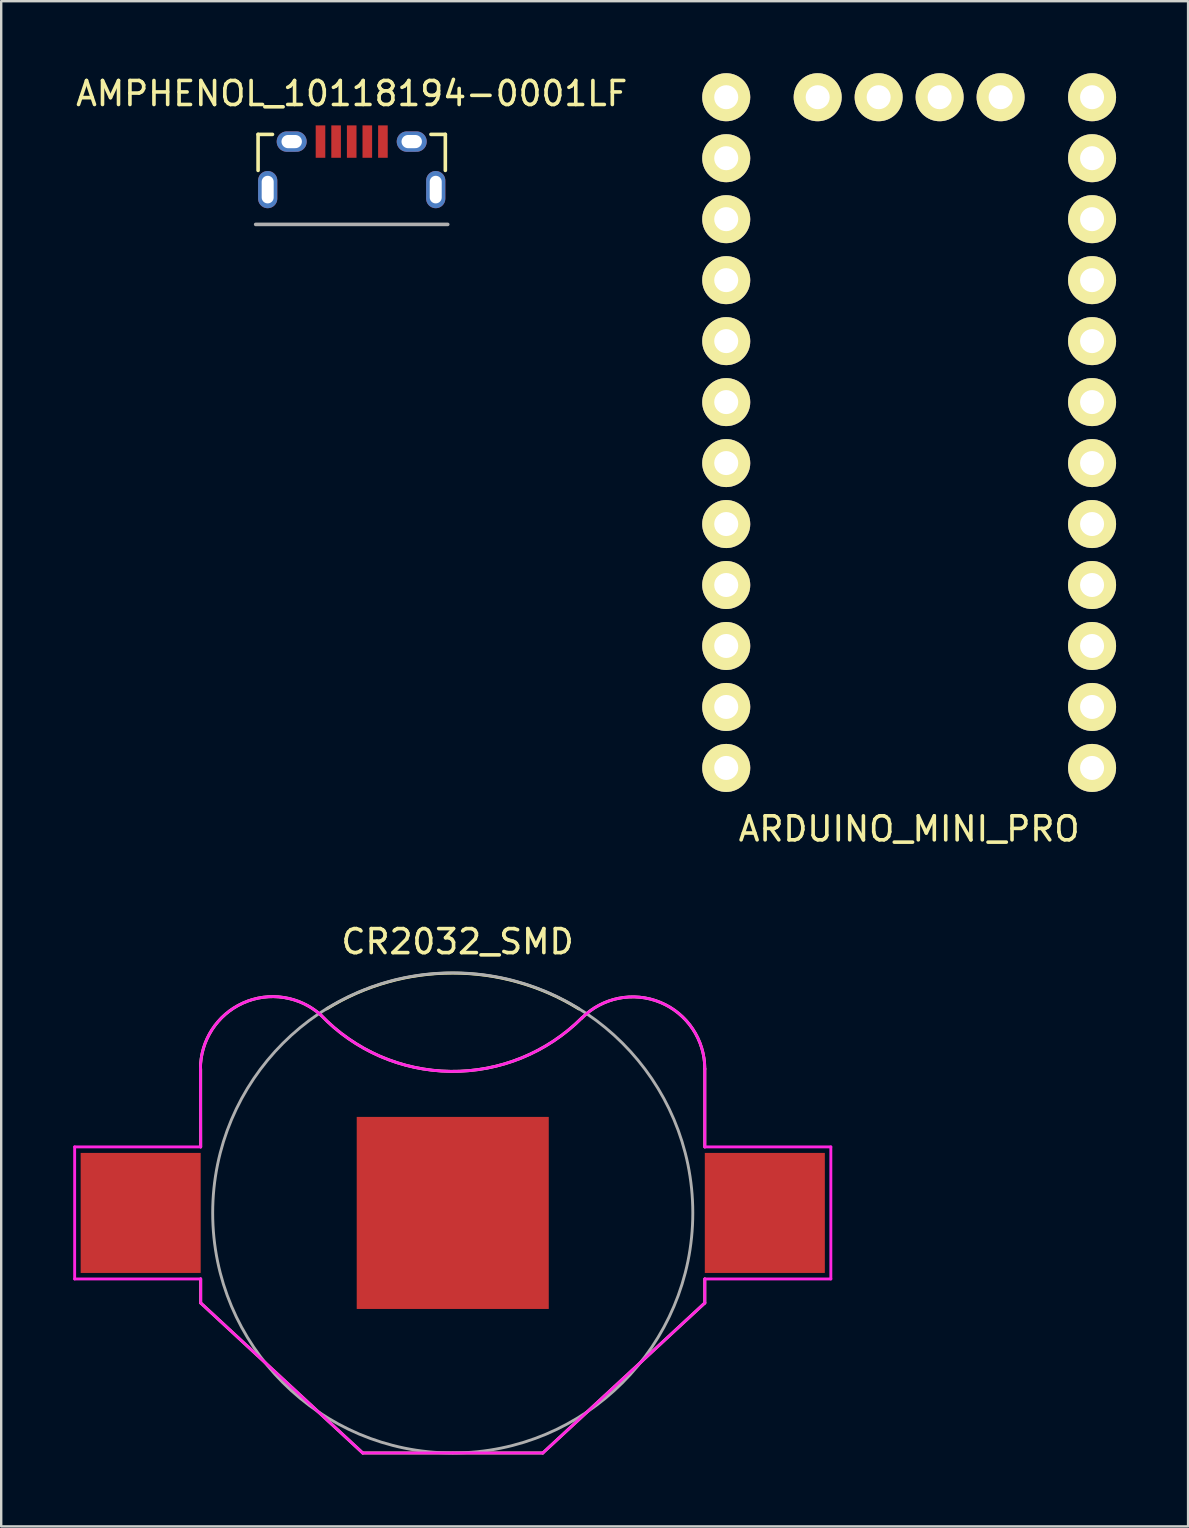
<source format=kicad_pcb>
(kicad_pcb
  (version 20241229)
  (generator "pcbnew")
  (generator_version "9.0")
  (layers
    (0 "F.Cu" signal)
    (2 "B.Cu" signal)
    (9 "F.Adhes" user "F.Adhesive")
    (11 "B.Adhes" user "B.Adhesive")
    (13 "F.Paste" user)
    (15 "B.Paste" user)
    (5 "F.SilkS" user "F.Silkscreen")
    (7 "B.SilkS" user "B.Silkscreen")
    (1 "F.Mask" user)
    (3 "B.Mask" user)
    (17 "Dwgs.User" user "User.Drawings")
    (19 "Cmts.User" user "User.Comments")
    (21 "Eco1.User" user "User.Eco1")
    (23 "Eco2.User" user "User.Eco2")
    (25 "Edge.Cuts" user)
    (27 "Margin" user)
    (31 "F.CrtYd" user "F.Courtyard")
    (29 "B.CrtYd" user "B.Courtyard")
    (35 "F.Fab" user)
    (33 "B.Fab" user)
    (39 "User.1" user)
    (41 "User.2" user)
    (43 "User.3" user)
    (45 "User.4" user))
  (footprint "AMPHENOL_10118194-0001LF"
    (layer "F.Cu")
    (at 11.601 4.848)
    (property "Reference" "AMPHENOL_10118194-0001LF" (at 0 -4 0) (layer "F.SilkS") (effects (font (size 1 1) (thickness 0.15))))
    (attr through_hole)
    (fp_line (start -3.9 -2.3) (end -3.3 -2.3) (stroke (width 0.15) (type solid)) (layer "F.SilkS"))
    (fp_line (start -3.9 -0.8) (end -3.9 -2.3) (stroke (width 0.15) (type solid)) (layer "F.SilkS"))
    (fp_line (start 3.9 -2.3) (end 3.3 -2.3) (stroke (width 0.15) (type solid)) (layer "F.SilkS"))
    (fp_line (start 3.9 -0.8) (end 3.9 -2.3) (stroke (width 0.15) (type solid)) (layer "F.SilkS"))
    (fp_line (start 4 1.45) (end -4 1.45) (stroke (width 0.15) (type solid)) (layer "F.Fab"))
    (pad "1" smd rect (at -1.3 -2) (size 0.4 1.35) (layers "F.Cu" "F.Mask" "F.Paste"))
    (pad "2" smd rect (at -0.65 -2) (size 0.4 1.35) (layers "F.Cu" "F.Mask" "F.Paste"))
    (pad "3" smd rect (at 0 -2) (size 0.4 1.35) (layers "F.Cu" "F.Mask" "F.Paste"))
    (pad "4" smd rect (at 0.65 -2) (size 0.4 1.35) (layers "F.Cu" "F.Mask" "F.Paste"))
    (pad "5" smd rect (at 1.3 -2) (size 0.4 1.35) (layers "F.Cu" "F.Mask" "F.Paste"))
    (pad "6" thru_hole oval (at -3.5 0) (size 0.8 1.55) (drill oval 0.5 1.15) (layers "*.Cu" "*.Mask"))
    (pad "6" thru_hole oval (at -2.5 -2) (size 1.25 0.85) (drill oval 0.85 0.55) (layers "*.Cu" "*.Mask"))
    (pad "6" thru_hole oval (at 2.5 -2) (size 1.25 0.85) (drill oval 0.85 0.55) (layers "*.Cu" "*.Mask"))
    (pad "6" thru_hole oval (at 3.5 0) (size 0.8 1.55) (drill oval 0.5 1.15) (layers "*.Cu" "*.Mask")))
  (footprint "ARDUINO_MINI_PRO"
    (layer "F.Cu")
    (at 34.822 11.16)
    (property "Reference" "ARDUINO_MINI_PRO" (at 0 20.32 0) (layer "F.SilkS") (effects (font (size 1 1) (thickness 0.15))))
    (attr through_hole)
    (pad "1" thru_hole circle (at -7.62 17.78) (size 2 2) (drill 1) (layers "*.Cu" "*.Mask" "F.SilkS"))
    (pad "2" thru_hole circle (at -7.62 15.24) (size 2 2) (drill 1) (layers "*.Cu" "*.Mask" "F.SilkS"))
    (pad "3" thru_hole circle (at -7.62 12.7) (size 2 2) (drill 1) (layers "*.Cu" "*.Mask" "F.SilkS"))
    (pad "4" thru_hole circle (at -7.62 10.16) (size 2 2) (drill 1) (layers "*.Cu" "*.Mask" "F.SilkS"))
    (pad "5" thru_hole circle (at -7.62 7.62) (size 2 2) (drill 1) (layers "*.Cu" "*.Mask" "F.SilkS"))
    (pad "6" thru_hole circle (at -7.62 5.08) (size 2 2) (drill 1) (layers "*.Cu" "*.Mask" "F.SilkS"))
    (pad "7" thru_hole circle (at -7.62 2.54) (size 2 2) (drill 1) (layers "*.Cu" "*.Mask" "F.SilkS"))
    (pad "8" thru_hole circle (at -7.62 0) (size 2 2) (drill 1) (layers "*.Cu" "*.Mask" "F.SilkS"))
    (pad "9" thru_hole circle (at -7.62 -2.54) (size 2 2) (drill 1) (layers "*.Cu" "*.Mask" "F.SilkS"))
    (pad "10" thru_hole circle (at -7.62 -5.08) (size 2 2) (drill 1) (layers "*.Cu" "*.Mask" "F.SilkS"))
    (pad "11" thru_hole circle (at -7.62 -7.62) (size 2 2) (drill 1) (layers "*.Cu" "*.Mask" "F.SilkS"))
    (pad "12" thru_hole circle (at -7.62 -10.16) (size 2 2) (drill 1) (layers "*.Cu" "*.Mask" "F.SilkS"))
    (pad "13" thru_hole circle (at -3.81 -10.16) (size 2 2) (drill 1) (layers "*.Cu" "*.Mask" "F.SilkS"))
    (pad "14" thru_hole circle (at -1.27 -10.16) (size 2 2) (drill 1) (layers "*.Cu" "*.Mask" "F.SilkS"))
    (pad "15" thru_hole circle (at 1.27 -10.16) (size 2 2) (drill 1) (layers "*.Cu" "*.Mask" "F.SilkS"))
    (pad "16" thru_hole circle (at 3.81 -10.16) (size 2 2) (drill 1) (layers "*.Cu" "*.Mask" "F.SilkS"))
    (pad "17" thru_hole circle (at 7.62 -10.16) (size 2 2) (drill 1) (layers "*.Cu" "*.Mask" "F.SilkS"))
    (pad "18" thru_hole circle (at 7.62 -7.62) (size 2 2) (drill 1) (layers "*.Cu" "*.Mask" "F.SilkS"))
    (pad "19" thru_hole circle (at 7.62 -5.08) (size 2 2) (drill 1) (layers "*.Cu" "*.Mask" "F.SilkS"))
    (pad "20" thru_hole circle (at 7.62 -2.54) (size 2 2) (drill 1) (layers "*.Cu" "*.Mask" "F.SilkS"))
    (pad "21" thru_hole circle (at 7.62 0) (size 2 2) (drill 1) (layers "*.Cu" "*.Mask" "F.SilkS"))
    (pad "22" thru_hole circle (at 7.62 2.54) (size 2 2) (drill 1) (layers "*.Cu" "*.Mask" "F.SilkS"))
    (pad "23" thru_hole circle (at 7.62 5.08) (size 2 2) (drill 1) (layers "*.Cu" "*.Mask" "F.SilkS"))
    (pad "24" thru_hole circle (at 7.62 7.62) (size 2 2) (drill 1) (layers "*.Cu" "*.Mask" "F.SilkS"))
    (pad "25" thru_hole circle (at 7.62 10.16) (size 2 2) (drill 1) (layers "*.Cu" "*.Mask" "F.SilkS"))
    (pad "26" thru_hole circle (at 7.62 12.7) (size 2 2) (drill 1) (layers "*.Cu" "*.Mask" "F.SilkS"))
    (pad "27" thru_hole circle (at 7.62 15.24) (size 2 2) (drill 1) (layers "*.Cu" "*.Mask" "F.SilkS"))
    (pad "28" thru_hole circle (at 7.62 17.78) (size 2 2) (drill 1) (layers "*.Cu" "*.Mask" "F.SilkS")))
  (footprint "CR2032_SMD"
    (layer "F.Cu")
    (at 15.81 47.477)
    (property "Reference" "CR2032_SMD" (at 0.2 -11.3 0) (layer "F.SilkS") (effects (font (size 1 1) (thickness 0.15))))
    (attr through_hole)
    (fp_line (start -10.5 -2.75) (end -10.5 -6) (stroke (width 0.12) (type solid)) (layer "F.SilkS"))
    (fp_line (start -10.5 3.75) (end -10.5 2.75) (stroke (width 0.12) (type solid)) (layer "F.SilkS"))
    (fp_line (start -3.75 10) (end -10.5 3.75) (stroke (width 0.12) (type solid)) (layer "F.SilkS"))
    (fp_line (start 3.75 10) (end -3.75 10) (stroke (width 0.12) (type solid)) (layer "F.SilkS"))
    (fp_line (start 10.5 -2.75) (end 10.5 -6) (stroke (width 0.12) (type solid)) (layer "F.SilkS"))
    (fp_line (start 10.5 2.75) (end 10.5 3.75) (stroke (width 0.12) (type solid)) (layer "F.SilkS"))
    (fp_line (start 10.5 3.75) (end 3.75 10) (stroke (width 0.12) (type solid)) (layer "F.SilkS"))
    (fp_arc (start -10.510397 -6) (mid -8.733227 -8.746205) (end -5.500001 -8.249999) (stroke (width 0.12) (type solid)) (layer "F.SilkS"))
    (fp_arc (start -5.25 -8.499999) (mid 0 -9.99062) (end 5.249999 -8.499999) (stroke (width 0.12) (type solid)) (layer "F.SilkS"))
    (fp_arc (start 5.376453 -8.123547) (mid -0.088394 -5.897061) (end -5.5 -8.25) (stroke (width 0.12) (type solid)) (layer "F.SilkS"))
    (fp_arc (start 5.37868 -8.12132) (mid 8.64805 -8.771638) (end 10.5 -6) (stroke (width 0.12) (type solid)) (layer "F.SilkS"))
    (fp_line (start -15.75 -2.75) (end -10.5 -2.75) (stroke (width 0.12) (type solid)) (layer "F.CrtYd"))
    (fp_line (start -15.75 2.75) (end -15.75 -2.75) (stroke (width 0.12) (type solid)) (layer "F.CrtYd"))
    (fp_line (start -10.5 -2.75) (end -10.51 -6) (stroke (width 0.12) (type solid)) (layer "F.CrtYd"))
    (fp_line (start -10.5 2.75) (end -15.75 2.75) (stroke (width 0.12) (type solid)) (layer "F.CrtYd"))
    (fp_line (start -10.5 3.75) (end -10.5 2.75) (stroke (width 0.12) (type solid)) (layer "F.CrtYd"))
    (fp_line (start -10.5 3.75) (end -3.75 10) (stroke (width 0.12) (type solid)) (layer "F.CrtYd"))
    (fp_line (start 0 10) (end -3.75 10) (stroke (width 0.12) (type solid)) (layer "F.CrtYd"))
    (fp_line (start 0 10) (end 3.75 10) (stroke (width 0.12) (type solid)) (layer "F.CrtYd"))
    (fp_line (start 3.75 10) (end 10.5 3.75) (stroke (width 0.12) (type solid)) (layer "F.CrtYd"))
    (fp_line (start 10.5 -2.75) (end 10.5 -6) (stroke (width 0.12) (type solid)) (layer "F.CrtYd"))
    (fp_line (start 10.5 2.75) (end 15.75 2.75) (stroke (width 0.12) (type solid)) (layer "F.CrtYd"))
    (fp_line (start 10.5 3.75) (end 10.5 2.75) (stroke (width 0.12) (type solid)) (layer "F.CrtYd"))
    (fp_line (start 15.75 -2.75) (end 10.5 -2.75) (stroke (width 0.12) (type solid)) (layer "F.CrtYd"))
    (fp_line (start 15.75 2.75) (end 15.75 -2.75) (stroke (width 0.12) (type solid)) (layer "F.CrtYd"))
    (fp_arc (start -10.510397 -6) (mid -8.733227 -8.746205) (end -5.500001 -8.249999) (stroke (width 0.12) (type solid)) (layer "F.CrtYd"))
    (fp_arc (start 5.376453 -8.123547) (mid -0.088394 -5.897061) (end -5.5 -8.25) (stroke (width 0.12) (type solid)) (layer "F.CrtYd"))
    (fp_arc (start 5.37868 -8.12132) (mid 8.64805 -8.771638) (end 10.5 -6) (stroke (width 0.12) (type solid)) (layer "F.CrtYd"))
    (fp_circle (center 0 0) (end 0 -10) (stroke (width 0.12) (type solid)) (fill no) (layer "F.Fab"))
    (pad "1" smd rect (at -13 0) (size 5 5) (layers "F.Cu" "F.Mask" "F.Paste"))
    (pad "1" smd rect (at 13 0) (size 5 5) (layers "F.Cu" "F.Mask" "F.Paste"))
    (pad "2" smd rect (at 0 0) (size 8 8) (layers "F.Cu" "F.Mask" "F.Paste")))
  (gr_rect
    (start -3 -3)
    (end 46.442 60.536)
    (stroke (width 0.1) (type default))
    (fill no)
    (layer "Edge.Cuts")))
</source>
